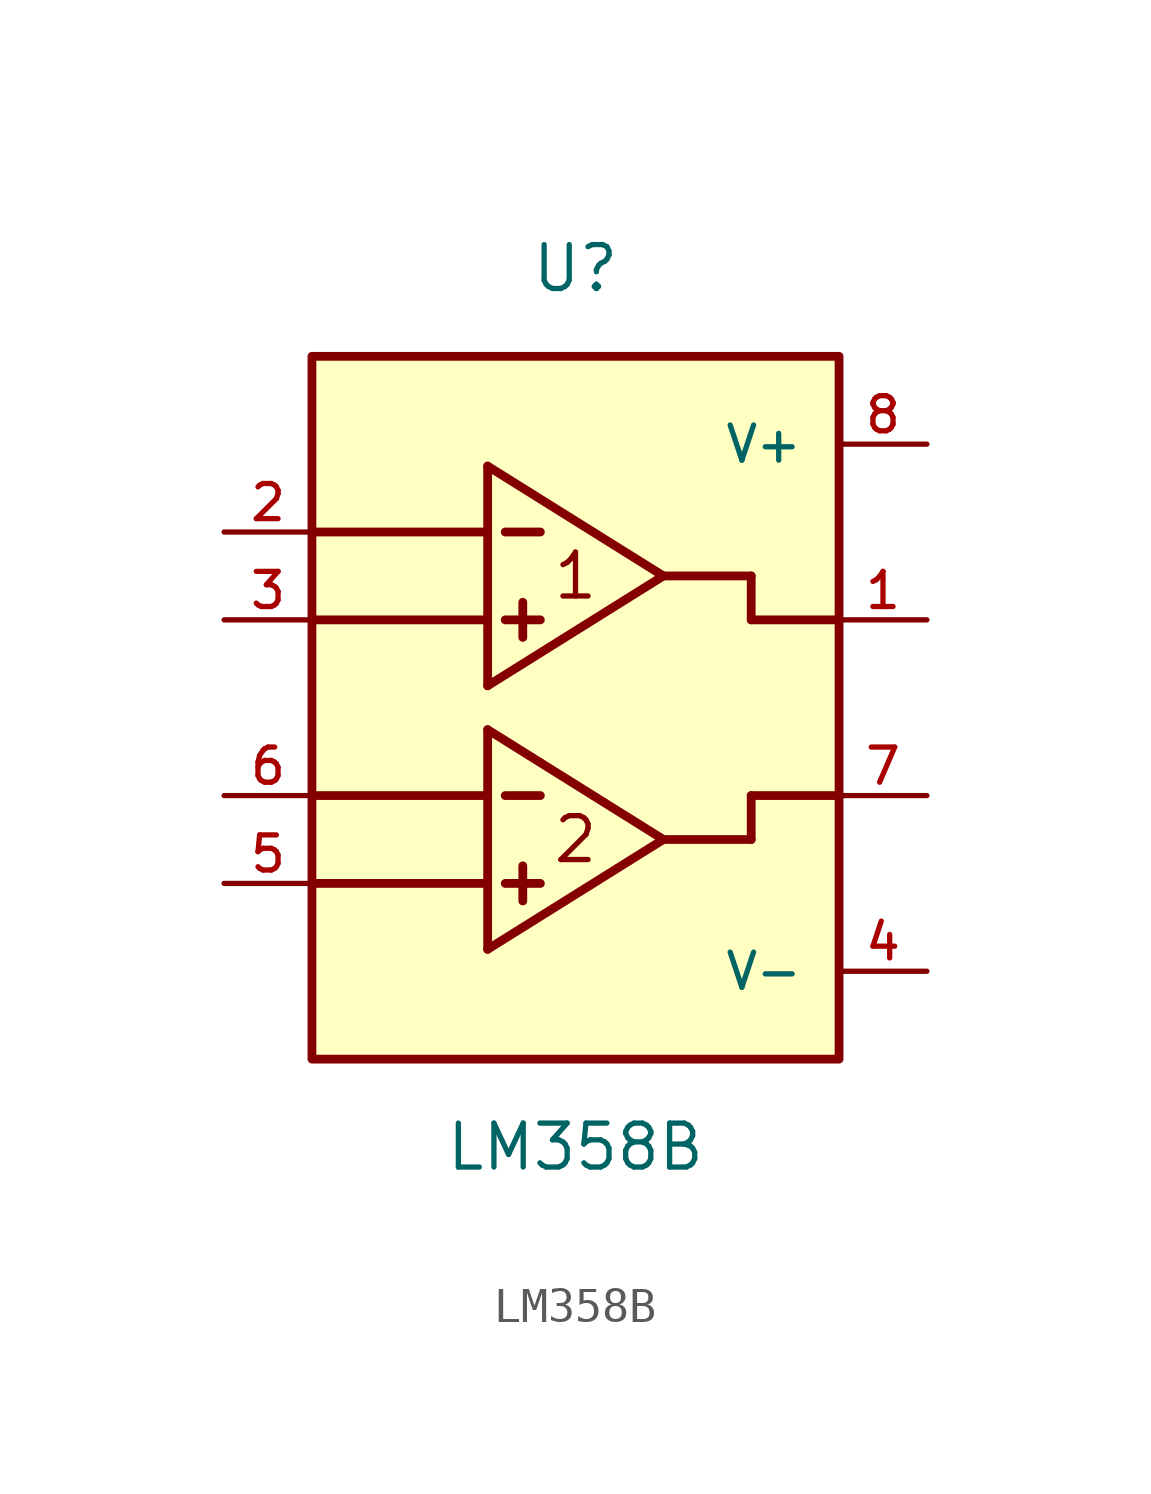
<source format=kicad_sym>
(kicad_symbol_lib
  (version 20211014)
  (generator kicad_symbol_editor)
  (symbol "LM358B"
    (pin_names
      (offset 1.016))
    (property "Reference" "U"
      (at 0.0 12.7 0)
      (effects (font (size 1.27 1.27))))
    (property "Value" "LM358B"
      (at 0.0 -12.7 0)
      (effects (font (size 1.27 1.27))))
    (symbol "LM358B_0_0"
      (polyline (pts (xy -2.54 6.985) (xy -2.54 5.08)) (stroke (width 0.254)))
      (polyline (pts (xy -2.54 5.08) (xy -2.54 2.54)) (stroke (width 0.254)))
      (polyline (pts (xy -2.54 2.54) (xy -2.54 0.635)) (stroke (width 0.254)))
      (polyline (pts (xy -2.54 0.635) (xy 2.54 3.81)) (stroke (width 0.254)))
      (polyline (pts (xy 2.54 3.81) (xy -2.54 6.985)) (stroke (width 0.254)))
      (polyline (pts (xy 2.54 3.81) (xy 5.08 3.81)) (stroke (width 0.254)))
      (polyline (pts (xy 5.08 3.81) (xy 5.08 2.54)) (stroke (width 0.254)))
      (polyline (pts (xy 5.08 2.54) (xy 7.62 2.54)) (stroke (width 0.254)))
      (text "1" (at 0.0 3.81 0) (effects (font (size 1.27 1.27))))
      (polyline (pts (xy -7.62 5.08) (xy -2.54 5.08)) (stroke (width 0.254)))
      (polyline (pts (xy -7.62 2.54) (xy -2.54 2.54)) (stroke (width 0.254)))
      (polyline (pts (xy -2.032 5.08) (xy -1.016 5.08)) (stroke (width 0.254)))
      (polyline (pts (xy -2.032 2.54) (xy -1.016 2.54)) (stroke (width 0.254)))
      (polyline (pts (xy -1.524 3.048) (xy -1.524 2.032)) (stroke (width 0.254)))
      (polyline (pts (xy -7.62 -2.54) (xy -2.54 -2.54)) (stroke (width 0.254)))
      (polyline (pts (xy -7.62 -5.08) (xy -2.54 -5.08)) (stroke (width 0.254)))
      (polyline (pts (xy -2.54 -0.635) (xy -2.54 -6.985)) (stroke (width 0.254)))
      (polyline (pts (xy -2.54 -6.985) (xy 2.54 -3.81)) (stroke (width 0.254)))
      (polyline (pts (xy 2.54 -3.81) (xy -2.54 -0.635)) (stroke (width 0.254)))
      (polyline (pts (xy 2.54 -3.81) (xy 5.08 -3.81)) (stroke (width 0.254)))
      (polyline (pts (xy 5.08 -3.81) (xy 5.08 -2.54)) (stroke (width 0.254)))
      (polyline (pts (xy 5.08 -2.54) (xy 7.62 -2.54)) (stroke (width 0.254)))
      (polyline (pts (xy -2.032 -2.54) (xy -1.016 -2.54)) (stroke (width 0.254)))
      (polyline (pts (xy -2.032 -5.08) (xy -1.016 -5.08)) (stroke (width 0.254)))
      (polyline (pts (xy -1.524 -4.572) (xy -1.524 -5.588)) (stroke (width 0.254)))
      (text "2" (at 0.0 -3.81 0) (effects (font (size 1.27 1.27))))
      (rectangle (start -7.62 -10.16) (end 7.62 10.16) (stroke (width 0.254)) (fill (type background)))
      (pin input line (at -10.16 5.08 0) (length 2.54) (name "~" (effects (font (size 1.016 1.016)))) (number "2" (effects (font (size 1.016 1.016)))))
      (pin input line (at -10.16 2.54 0) (length 2.54) (name "~" (effects (font (size 1.016 1.016)))) (number "3" (effects (font (size 1.016 1.016)))))
      (pin input line (at -10.16 -2.54 0) (length 2.54) (name "~" (effects (font (size 1.016 1.016)))) (number "6" (effects (font (size 1.016 1.016)))))
      (pin input line (at -10.16 -5.08 0) (length 2.54) (name "~" (effects (font (size 1.016 1.016)))) (number "5" (effects (font (size 1.016 1.016)))))
      (pin power_in line (at 10.16 7.62 180.0) (length 2.54) (name "V+" (effects (font (size 1.016 1.016)))) (number "8" (effects (font (size 1.016 1.016)))))
      (pin output line (at 10.16 2.54 180.0) (length 2.54) (name "~" (effects (font (size 1.016 1.016)))) (number "1" (effects (font (size 1.016 1.016)))))
      (pin output line (at 10.16 -2.54 180.0) (length 2.54) (name "~" (effects (font (size 1.016 1.016)))) (number "7" (effects (font (size 1.016 1.016)))))
      (pin power_in line (at 10.16 -7.62 180.0) (length 2.54) (name "V-" (effects (font (size 1.016 1.016)))) (number "4" (effects (font (size 1.016 1.016))))))))
</source>
